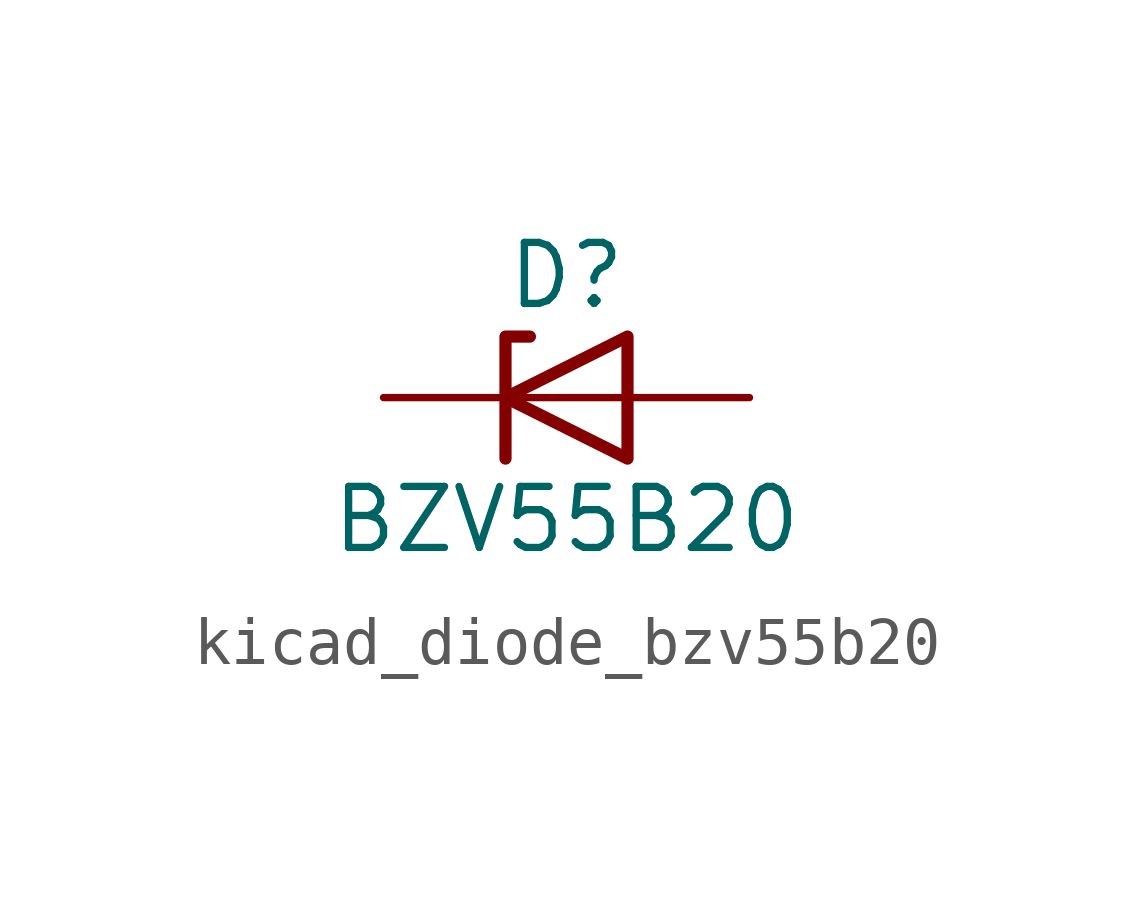
<source format=kicad_sym>
(kicad_symbol_lib
  (version 20220914)
  (generator kicad_symbol_editor)
  (symbol "kicad_diode_bzv55b20"
    (pin_numbers hide)
    (pin_names hide)
    (property "Reference" "D"
      (at 0 2.54 0)
      (effects (font (size 1.27 1.27))))
    (property "Value" "BZV55B20"
      (at 0 -2.54 0)
      (effects (font (size 1.27 1.27))))
    (symbol "kicad_diode_bzv55b20_0_1"
      (polyline (pts (xy 1.27 0) (xy -1.27 0)) (stroke (width 0) (type default)) (fill (type none)))
      (polyline (pts (xy -1.27 -1.27) (xy -1.27 1.27) (xy -0.762 1.27)) (stroke (width 0.254) (type default)) (fill (type none)))
      (polyline (pts (xy 1.27 -1.27) (xy 1.27 1.27) (xy -1.27 0) (xy 1.27 -1.27)) (stroke (width 0.254) (type default)) (fill (type none))))
    (symbol "kicad_diode_bzv55b20_1_1"
      (pin passive line (at -3.81 0 0) (length 2.54) (name "K" (effects (font (size 1.27 1.27)))) (number "1" (effects (font (size 1.27 1.27)))))
      (pin passive line (at 3.81 0 180) (length 2.54) (name "A" (effects (font (size 1.27 1.27)))) (number "2" (effects (font (size 1.27 1.27))))))))
</source>
